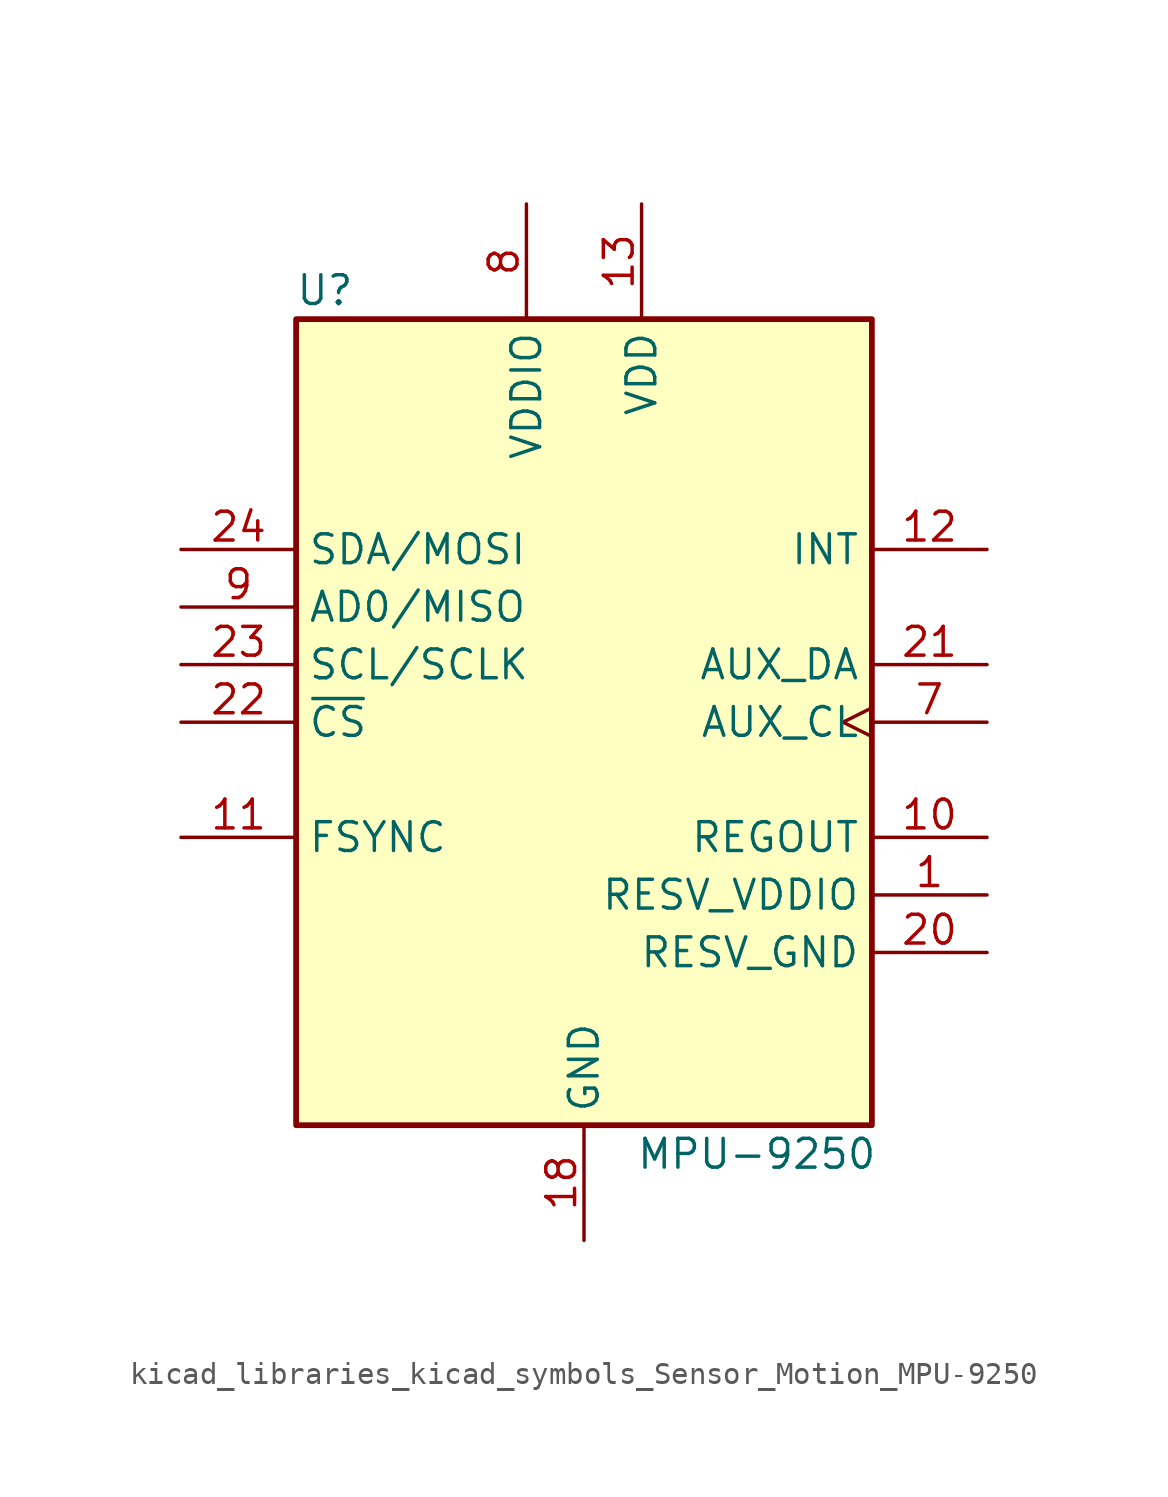
<source format=kicad_sym>
(kicad_symbol_lib
  (version 20220914)
  (generator kicad_symbol_editor)
  (symbol "kicad_libraries_kicad_symbols_Sensor_Motion_MPU-9250"
    (property "Reference" "U"
      (at -11.43 19.05 0)
      (effects (font (size 1.27 1.27))))
    (property "Value" "MPU-9250"
      (at 7.62 -19.05 0)
      (effects (font (size 1.27 1.27))))
    (symbol "kicad_libraries_kicad_symbols_Sensor_Motion_MPU-9250_0_1"
      (rectangle (start -12.7 17.78) (end 12.7 -17.78) (stroke (width 0.254) (type default)) (fill (type background))))
    (symbol "kicad_libraries_kicad_symbols_Sensor_Motion_MPU-9250_1_1"
      (pin input line (at 17.78 -7.62 180) (length 5.08) (name "RESV_VDDIO" (effects (font (size 1.27 1.27)))) (number "1" (effects (font (size 1.27 1.27)))))
      (pin passive line (at 17.78 -5.08 180) (length 5.08) (name "REGOUT" (effects (font (size 1.27 1.27)))) (number "10" (effects (font (size 1.27 1.27)))))
      (pin input line (at -17.78 -5.08 0) (length 5.08) (name "FSYNC" (effects (font (size 1.27 1.27)))) (number "11" (effects (font (size 1.27 1.27)))))
      (pin output line (at 17.78 7.62 180) (length 5.08) (name "INT" (effects (font (size 1.27 1.27)))) (number "12" (effects (font (size 1.27 1.27)))))
      (pin power_in line (at 2.54 22.86 270) (length 5.08) (name "VDD" (effects (font (size 1.27 1.27)))) (number "13" (effects (font (size 1.27 1.27)))))
      (pin power_in line (at 0 -22.86 90) (length 5.08) (name "GND" (effects (font (size 1.27 1.27)))) (number "18" (effects (font (size 1.27 1.27)))))
      (pin power_in line (at 17.78 -10.16 180) (length 5.08) (name "RESV_GND" (effects (font (size 1.27 1.27)))) (number "20" (effects (font (size 1.27 1.27)))))
      (pin bidirectional line (at 17.78 2.54 180) (length 5.08) (name "AUX_DA" (effects (font (size 1.27 1.27)))) (number "21" (effects (font (size 1.27 1.27)))))
      (pin input line (at -17.78 0 0) (length 5.08) (name "~{CS}" (effects (font (size 1.27 1.27)))) (number "22" (effects (font (size 1.27 1.27)))))
      (pin input line (at -17.78 2.54 0) (length 5.08) (name "SCL/SCLK" (effects (font (size 1.27 1.27)))) (number "23" (effects (font (size 1.27 1.27)))))
      (pin bidirectional line (at -17.78 7.62 0) (length 5.08) (name "SDA/MOSI" (effects (font (size 1.27 1.27)))) (number "24" (effects (font (size 1.27 1.27)))))
      (pin output clock (at 17.78 0 180) (length 5.08) (name "AUX_CL" (effects (font (size 1.27 1.27)))) (number "7" (effects (font (size 1.27 1.27)))))
      (pin power_in line (at -2.54 22.86 270) (length 5.08) (name "VDDIO" (effects (font (size 1.27 1.27)))) (number "8" (effects (font (size 1.27 1.27)))))
      (pin bidirectional line (at -17.78 5.08 0) (length 5.08) (name "AD0/MISO" (effects (font (size 1.27 1.27)))) (number "9" (effects (font (size 1.27 1.27))))))))
</source>
